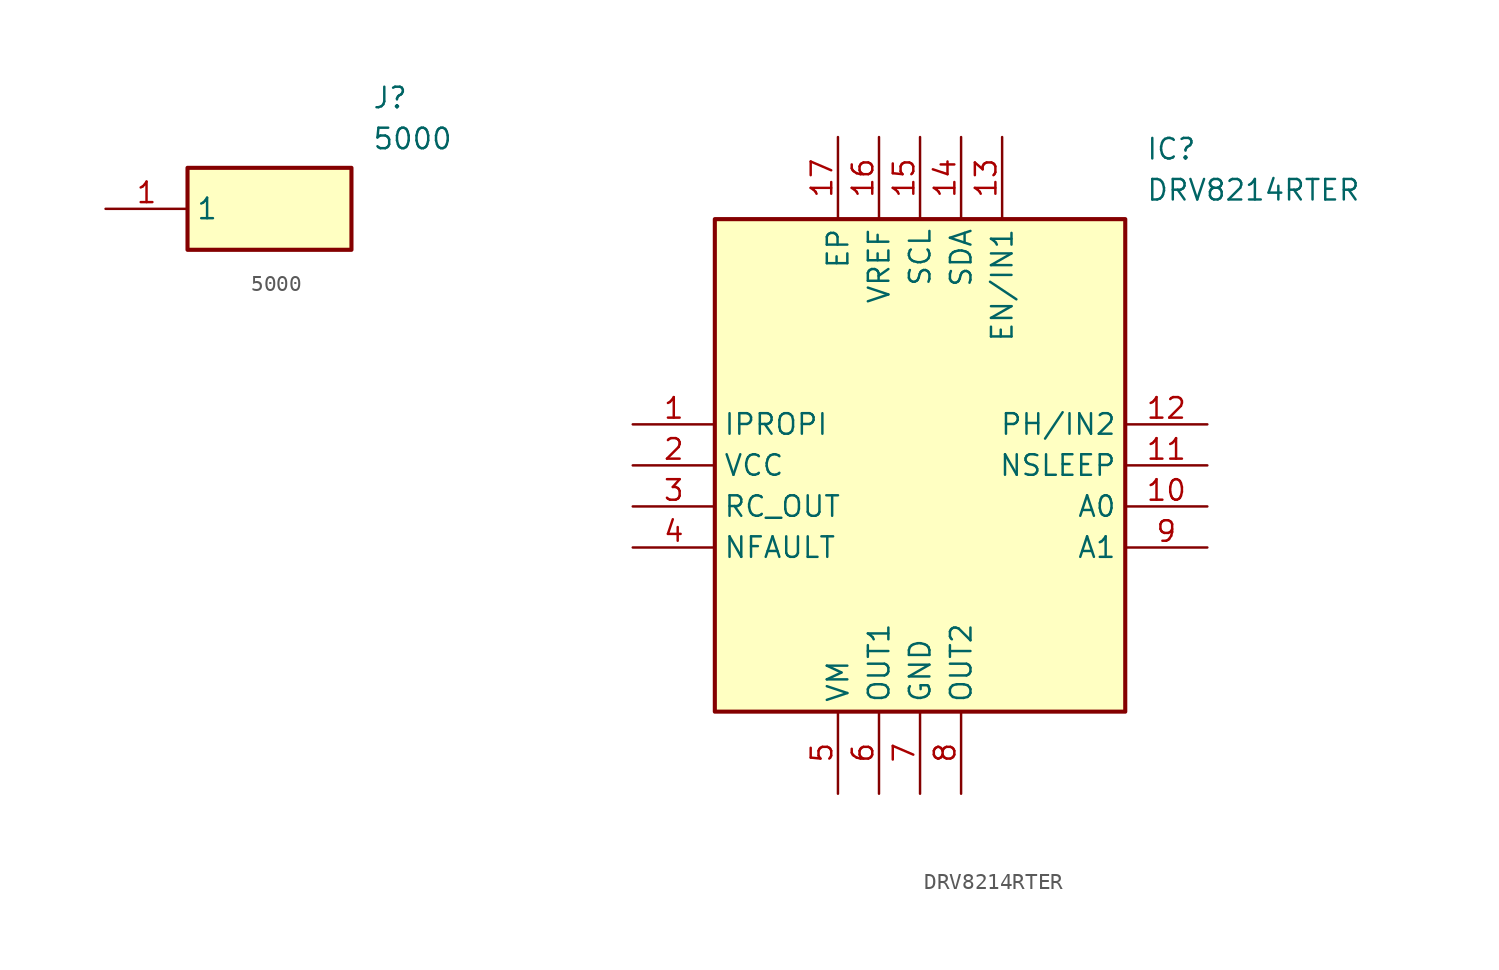
<source format=kicad_sym>
(kicad_symbol_lib
  (version 20220914)
  (generator SamacSys_ECAD_Model)
  (symbol "5000"
    (property "Reference" "J"
      (at 16.51 7.62 0)
      (effects (font (size 1.27 1.27)) (justify left top)))
    (property "Value" "5000"
      (at 16.51 5.08 0)
      (effects (font (size 1.27 1.27)) (justify left top)))
    (rectangle
      (start 5.08 2.54)
      (end 15.24 -2.54)
      (stroke (width 0.254) (type default))
      (fill (type background)))
    (pin passive line
      (at 0 0 0)
      (length 5.08)
      (name "1" (effects (font (size 1.27 1.27))))
      (number "1" (effects (font (size 1.27 1.27))))))
  (symbol "DRV8214RTER"
    (property "Reference" "IC"
      (at 31.75 17.78 0)
      (effects (font (size 1.27 1.27)) (justify left top)))
    (property "Value" "DRV8214RTER"
      (at 31.75 15.24 0)
      (effects (font (size 1.27 1.27)) (justify left top)))
    (rectangle
      (start 5.08 12.7)
      (end 30.48 -17.78)
      (stroke (width 0.254) (type default))
      (fill (type background)))
    (pin passive line
      (at 0 0 0)
      (length 5.08)
      (name "IPROPI" (effects (font (size 1.27 1.27))))
      (number "1" (effects (font (size 1.27 1.27)))))
    (pin passive line
      (at 0 -2.54 0)
      (length 5.08)
      (name "VCC" (effects (font (size 1.27 1.27))))
      (number "2" (effects (font (size 1.27 1.27)))))
    (pin passive line
      (at 0 -5.08 0)
      (length 5.08)
      (name "RC_OUT" (effects (font (size 1.27 1.27))))
      (number "3" (effects (font (size 1.27 1.27)))))
    (pin passive line
      (at 0 -7.62 0)
      (length 5.08)
      (name "NFAULT" (effects (font (size 1.27 1.27))))
      (number "4" (effects (font (size 1.27 1.27)))))
    (pin passive line
      (at 12.7 -22.86 90)
      (length 5.08)
      (name "VM" (effects (font (size 1.27 1.27))))
      (number "5" (effects (font (size 1.27 1.27)))))
    (pin passive line
      (at 15.24 -22.86 90)
      (length 5.08)
      (name "OUT1" (effects (font (size 1.27 1.27))))
      (number "6" (effects (font (size 1.27 1.27)))))
    (pin passive line
      (at 17.78 -22.86 90)
      (length 5.08)
      (name "GND" (effects (font (size 1.27 1.27))))
      (number "7" (effects (font (size 1.27 1.27)))))
    (pin passive line
      (at 20.32 -22.86 90)
      (length 5.08)
      (name "OUT2" (effects (font (size 1.27 1.27))))
      (number "8" (effects (font (size 1.27 1.27)))))
    (pin passive line
      (at 35.56 0 180)
      (length 5.08)
      (name "PH/IN2" (effects (font (size 1.27 1.27))))
      (number "12" (effects (font (size 1.27 1.27)))))
    (pin passive line
      (at 35.56 -2.54 180)
      (length 5.08)
      (name "NSLEEP" (effects (font (size 1.27 1.27))))
      (number "11" (effects (font (size 1.27 1.27)))))
    (pin passive line
      (at 35.56 -5.08 180)
      (length 5.08)
      (name "A0" (effects (font (size 1.27 1.27))))
      (number "10" (effects (font (size 1.27 1.27)))))
    (pin passive line
      (at 35.56 -7.62 180)
      (length 5.08)
      (name "A1" (effects (font (size 1.27 1.27))))
      (number "9" (effects (font (size 1.27 1.27)))))
    (pin passive line
      (at 12.7 17.78 270)
      (length 5.08)
      (name "EP" (effects (font (size 1.27 1.27))))
      (number "17" (effects (font (size 1.27 1.27)))))
    (pin passive line
      (at 15.24 17.78 270)
      (length 5.08)
      (name "VREF" (effects (font (size 1.27 1.27))))
      (number "16" (effects (font (size 1.27 1.27)))))
    (pin passive line
      (at 17.78 17.78 270)
      (length 5.08)
      (name "SCL" (effects (font (size 1.27 1.27))))
      (number "15" (effects (font (size 1.27 1.27)))))
    (pin passive line
      (at 20.32 17.78 270)
      (length 5.08)
      (name "SDA" (effects (font (size 1.27 1.27))))
      (number "14" (effects (font (size 1.27 1.27)))))
    (pin passive line
      (at 22.86 17.78 270)
      (length 5.08)
      (name "EN/IN1" (effects (font (size 1.27 1.27))))
      (number "13" (effects (font (size 1.27 1.27)))))))
</source>
